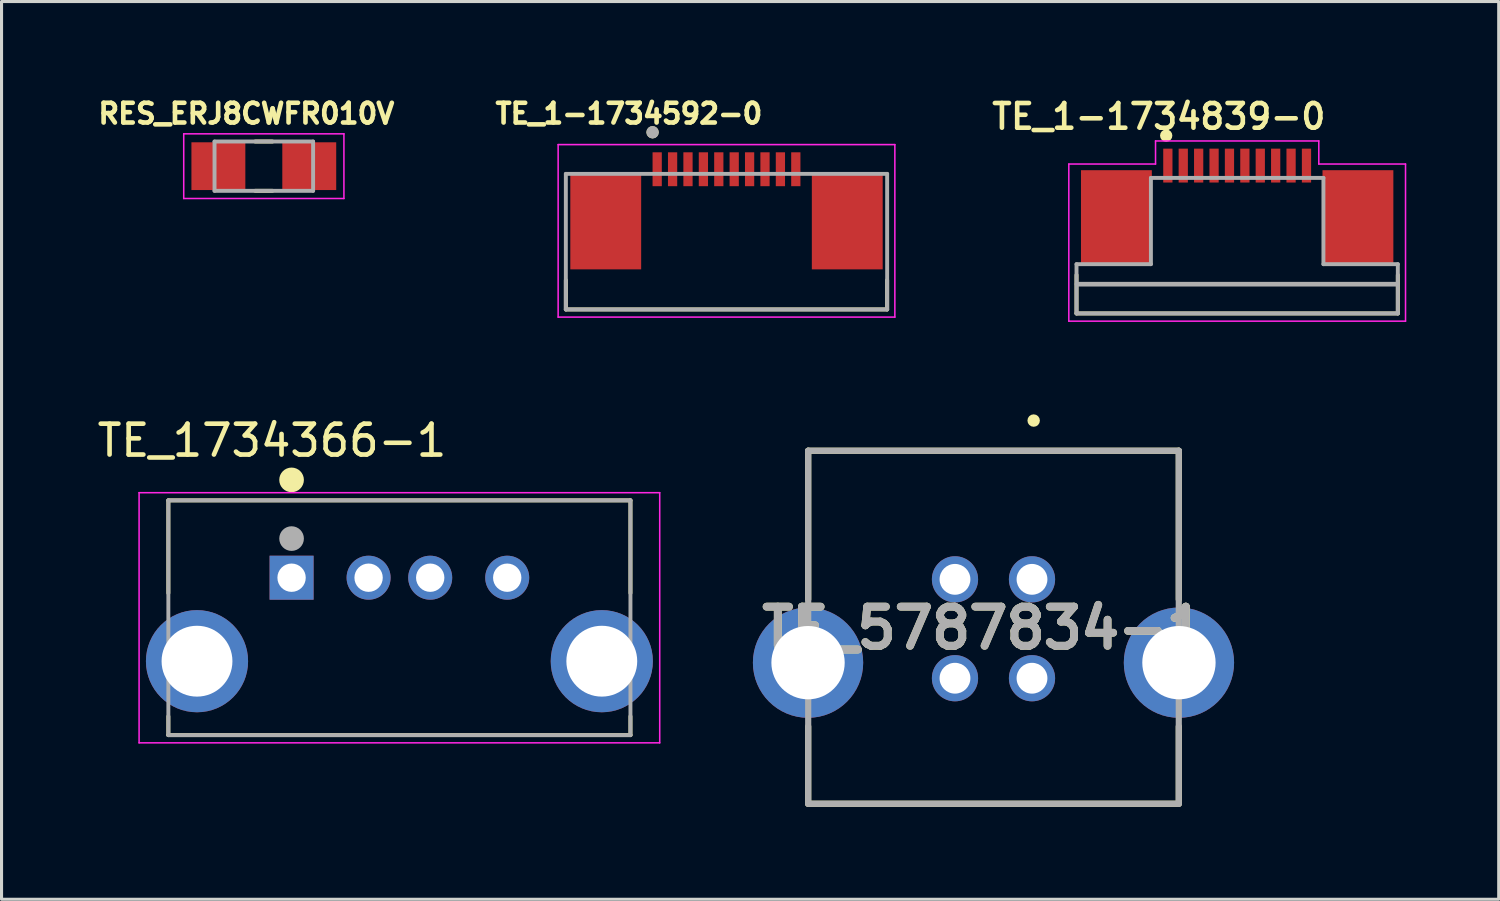
<source format=kicad_pcb>
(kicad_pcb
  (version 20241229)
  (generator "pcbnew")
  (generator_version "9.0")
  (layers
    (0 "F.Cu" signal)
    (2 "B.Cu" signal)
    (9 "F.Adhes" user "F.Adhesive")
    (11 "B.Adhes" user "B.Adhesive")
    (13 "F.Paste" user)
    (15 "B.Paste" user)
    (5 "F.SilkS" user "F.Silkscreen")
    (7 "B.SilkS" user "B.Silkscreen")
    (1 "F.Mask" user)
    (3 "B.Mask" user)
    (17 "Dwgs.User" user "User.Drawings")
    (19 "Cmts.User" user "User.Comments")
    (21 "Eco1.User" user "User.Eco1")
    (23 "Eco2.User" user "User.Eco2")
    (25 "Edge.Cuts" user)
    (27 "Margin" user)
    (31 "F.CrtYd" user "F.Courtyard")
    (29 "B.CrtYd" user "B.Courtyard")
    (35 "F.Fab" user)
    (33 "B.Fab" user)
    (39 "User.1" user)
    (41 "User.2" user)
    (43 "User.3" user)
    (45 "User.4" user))
  (footprint "TE_5787834-1"
    (layer "F.Cu")
    (at 29.2 11.581)
    (property "Reference" "TE_5787834-1" (at -0.319 5.758 0) (layer "F.SilkS") (effects (font (size 1.27 1.27) (thickness 0.254))))
    (attr through_hole)
    (fp_line (start -6.015 0) (end -6.015 4.829) (stroke (width 0.2) (type solid)) (layer "F.SilkS"))
    (fp_line (start -6.015 0) (end 6.015 0) (stroke (width 0.2) (type solid)) (layer "F.SilkS"))
    (fp_line (start -6.015 11.46) (end -6.015 8.95) (stroke (width 0.2) (type solid)) (layer "F.SilkS"))
    (fp_line (start 6.015 0) (end 6.015 4.829) (stroke (width 0.2) (type solid)) (layer "F.SilkS"))
    (fp_line (start 6.015 11.46) (end -6.015 11.46) (stroke (width 0.2) (type solid)) (layer "F.SilkS"))
    (fp_line (start 6.015 11.46) (end 6.015 8.95) (stroke (width 0.2) (type solid)) (layer "F.SilkS"))
    (fp_circle (center 1.304 -0.979) (end 1.304 -0.877) (stroke (width 0.2) (type solid)) (fill no) (layer "F.SilkS"))
    (fp_line (start -6.015 0) (end 6.015 0) (stroke (width 0.2) (type solid)) (layer "F.Fab"))
    (fp_line (start -6.015 11.46) (end -6.015 0) (stroke (width 0.2) (type solid)) (layer "F.Fab"))
    (fp_line (start 6.015 0) (end 6.015 11.46) (stroke (width 0.2) (type solid)) (layer "F.Fab"))
    (fp_line (start 6.015 11.46) (end -6.015 11.46) (stroke (width 0.2) (type solid)) (layer "F.Fab"))
    (fp_text user "${REFERENCE}" (at -0.319 5.758 0) (layer "F.Fab") (effects (font (size 1.27 1.27) (thickness 0.254))))
    (pad "1" thru_hole circle (at 1.25 4.175) (size 1.5 1.5) (drill 1) (layers "*.Cu" "*.Mask"))
    (pad "2" thru_hole circle (at -1.25 4.175) (size 1.5 1.5) (drill 1) (layers "*.Cu" "*.Mask"))
    (pad "3" thru_hole circle (at -1.25 7.385) (size 1.5 1.5) (drill 1) (layers "*.Cu" "*.Mask"))
    (pad "4" thru_hole circle (at 1.25 7.385) (size 1.5 1.5) (drill 1) (layers "*.Cu" "*.Mask"))
    (pad "5" thru_hole circle (at -6.02 6.88) (size 3.58 3.58) (drill 2.38) (layers "*.Cu" "*.Mask"))
    (pad "6" thru_hole circle (at 6.02 6.88) (size 3.58 3.58) (drill 2.38) (layers "*.Cu" "*.Mask")))
  (footprint "TE_1-1734839-0"
    (layer "F.Cu")
    (at 37.11 4.675)
    (property "Reference" "TE_1-1734839-0" (at -2.544 -3.943 0) (layer "F.SilkS") (effects (font (size 0.801 0.801) (thickness 0.15))))
    (attr smd)
    (fp_line (start -5.215 2.45) (end -5.215 1.2) (stroke (width 0.127) (type solid)) (layer "F.SilkS"))
    (fp_line (start 5.215 1.2) (end 5.215 2.45) (stroke (width 0.127) (type solid)) (layer "F.SilkS"))
    (fp_line (start 5.215 2.45) (end -5.215 2.45) (stroke (width 0.127) (type solid)) (layer "F.SilkS"))
    (fp_circle (center -2.304 -3.323) (end -2.204 -3.323) (stroke (width 0.2) (type solid)) (fill no) (layer "F.SilkS"))
    (fp_line (start -5.465 -2.4) (end -5.465 2.7) (stroke (width 0.05) (type solid)) (layer "F.CrtYd"))
    (fp_line (start -5.465 2.7) (end 5.465 2.7) (stroke (width 0.05) (type solid)) (layer "F.CrtYd"))
    (fp_line (start -2.65 -3.15) (end -2.65 -2.4) (stroke (width 0.05) (type solid)) (layer "F.CrtYd"))
    (fp_line (start -2.65 -2.4) (end -5.465 -2.4) (stroke (width 0.05) (type solid)) (layer "F.CrtYd"))
    (fp_line (start 2.65 -3.15) (end -2.65 -3.15) (stroke (width 0.05) (type solid)) (layer "F.CrtYd"))
    (fp_line (start 2.65 -2.4) (end 2.65 -3.15) (stroke (width 0.05) (type solid)) (layer "F.CrtYd"))
    (fp_line (start 5.465 -2.4) (end 2.65 -2.4) (stroke (width 0.05) (type solid)) (layer "F.CrtYd"))
    (fp_line (start 5.465 2.7) (end 5.465 -2.4) (stroke (width 0.05) (type solid)) (layer "F.CrtYd"))
    (fp_line (start -5.215 0.85) (end -2.8 0.85) (stroke (width 0.127) (type solid)) (layer "F.Fab"))
    (fp_line (start -5.215 2.45) (end -5.215 0.85) (stroke (width 0.127) (type solid)) (layer "F.Fab"))
    (fp_line (start -5.2 1.5) (end 5.2 1.5) (stroke (width 0.152) (type solid)) (layer "F.Fab"))
    (fp_line (start -2.8 -1.95) (end 2.8 -1.95) (stroke (width 0.127) (type solid)) (layer "F.Fab"))
    (fp_line (start -2.8 0.85) (end -2.8 -1.95) (stroke (width 0.127) (type solid)) (layer "F.Fab"))
    (fp_line (start 2.8 -1.95) (end 2.8 0.85) (stroke (width 0.127) (type solid)) (layer "F.Fab"))
    (fp_line (start 2.8 0.85) (end 5.215 0.85) (stroke (width 0.127) (type solid)) (layer "F.Fab"))
    (fp_line (start 5.215 0.85) (end 5.215 2.45) (stroke (width 0.127) (type solid)) (layer "F.Fab"))
    (fp_line (start 5.215 2.45) (end -5.215 2.45) (stroke (width 0.127) (type solid)) (layer "F.Fab"))
    (pad "1" smd rect (at -2.25 -2.35) (size 0.3 1.1) (layers "F.Cu" "F.Mask" "F.Paste"))
    (pad "2" smd rect (at -1.75 -2.35) (size 0.3 1.1) (layers "F.Cu" "F.Mask" "F.Paste"))
    (pad "3" smd rect (at -1.25 -2.35) (size 0.3 1.1) (layers "F.Cu" "F.Mask" "F.Paste"))
    (pad "4" smd rect (at -0.75 -2.35) (size 0.3 1.1) (layers "F.Cu" "F.Mask" "F.Paste"))
    (pad "5" smd rect (at -0.25 -2.35) (size 0.3 1.1) (layers "F.Cu" "F.Mask" "F.Paste"))
    (pad "6" smd rect (at 0.25 -2.35) (size 0.3 1.1) (layers "F.Cu" "F.Mask" "F.Paste"))
    (pad "7" smd rect (at 0.75 -2.35) (size 0.3 1.1) (layers "F.Cu" "F.Mask" "F.Paste"))
    (pad "8" smd rect (at 1.25 -2.35) (size 0.3 1.1) (layers "F.Cu" "F.Mask" "F.Paste"))
    (pad "9" smd rect (at 1.75 -2.35) (size 0.3 1.1) (layers "F.Cu" "F.Mask" "F.Paste"))
    (pad "10" smd rect (at 2.25 -2.35) (size 0.3 1.1) (layers "F.Cu" "F.Mask" "F.Paste"))
    (pad "S1" smd rect (at -3.92 -0.65) (size 2.3 3.1) (layers "F.Cu" "F.Mask" "F.Paste"))
    (pad "S2" smd rect (at 3.92 -0.65) (size 2.3 3.1) (layers "F.Cu" "F.Mask" "F.Paste")))
  (footprint "RES_ERJ8CWFR010V"
    (layer "F.Cu")
    (at 5.514 2.344)
    (property "Reference" "RES_ERJ8CWFR010V" (at -0.568 -1.706 0) (layer "F.SilkS") (effects (font (size 0.64 0.64) (thickness 0.15))))
    (attr smd)
    (fp_line (start -0.28 -0.8) (end 0.28 -0.8) (stroke (width 0.127) (type solid)) (layer "F.SilkS"))
    (fp_line (start -0.28 0.8) (end 0.28 0.8) (stroke (width 0.127) (type solid)) (layer "F.SilkS"))
    (fp_line (start -2.6 -1.05) (end -2.6 1.05) (stroke (width 0.05) (type solid)) (layer "F.CrtYd"))
    (fp_line (start -2.6 1.05) (end 2.6 1.05) (stroke (width 0.05) (type solid)) (layer "F.CrtYd"))
    (fp_line (start 2.6 -1.05) (end -2.6 -1.05) (stroke (width 0.05) (type solid)) (layer "F.CrtYd"))
    (fp_line (start 2.6 1.05) (end 2.6 -1.05) (stroke (width 0.05) (type solid)) (layer "F.CrtYd"))
    (fp_line (start -1.6 -0.8) (end -1.6 0.8) (stroke (width 0.127) (type solid)) (layer "F.Fab"))
    (fp_line (start -1.6 -0.8) (end 1.6 -0.8) (stroke (width 0.127) (type solid)) (layer "F.Fab"))
    (fp_line (start -1.6 0.8) (end 1.6 0.8) (stroke (width 0.127) (type solid)) (layer "F.Fab"))
    (fp_line (start 1.6 -0.8) (end 1.6 0.8) (stroke (width 0.127) (type solid)) (layer "F.Fab"))
    (pad "1" smd rect (at -1.475 0) (size 1.75 1.55) (layers "F.Cu" "F.Mask" "F.Paste"))
    (pad "2" smd rect (at 1.475 0) (size 1.75 1.55) (layers "F.Cu" "F.Mask" "F.Paste")))
  (footprint "TE_1-1734592-0"
    (layer "F.Cu")
    (at 20.533 2.444)
    (property "Reference" "TE_1-1734592-0" (at -3.168 -1.806 0) (layer "F.SilkS") (effects (font (size 0.64 0.64) (thickness 0.15))))
    (attr smd)
    (fp_line (start -5.215 4.55) (end -5.215 3.6) (stroke (width 0.127) (type solid)) (layer "F.SilkS"))
    (fp_line (start -5.215 4.55) (end 5.215 4.55) (stroke (width 0.127) (type solid)) (layer "F.SilkS"))
    (fp_line (start 5.215 4.55) (end 5.215 3.6) (stroke (width 0.127) (type solid)) (layer "F.SilkS"))
    (fp_circle (center -2.4 -1.2) (end -2.3 -1.2) (stroke (width 0.2) (type solid)) (fill no) (layer "F.SilkS"))
    (fp_line (start -5.465 -0.8) (end -5.465 4.8) (stroke (width 0.05) (type solid)) (layer "F.CrtYd"))
    (fp_line (start -5.465 4.8) (end 5.465 4.8) (stroke (width 0.05) (type solid)) (layer "F.CrtYd"))
    (fp_line (start 5.465 -0.8) (end -5.465 -0.8) (stroke (width 0.05) (type solid)) (layer "F.CrtYd"))
    (fp_line (start 5.465 4.8) (end 5.465 -0.8) (stroke (width 0.05) (type solid)) (layer "F.CrtYd"))
    (fp_line (start -5.215 0.15) (end -5.215 4.55) (stroke (width 0.127) (type solid)) (layer "F.Fab"))
    (fp_line (start -5.215 4.55) (end 5.215 4.55) (stroke (width 0.127) (type solid)) (layer "F.Fab"))
    (fp_line (start 5.215 0.15) (end -5.215 0.15) (stroke (width 0.127) (type solid)) (layer "F.Fab"))
    (fp_line (start 5.215 4.55) (end 5.215 0.15) (stroke (width 0.127) (type solid)) (layer "F.Fab"))
    (fp_circle (center -2.4 -1.2) (end -2.3 -1.2) (stroke (width 0.2) (type solid)) (fill no) (layer "F.Fab"))
    (pad "1" smd rect (at -2.25 0 270) (size 1.1 0.3) (layers "F.Cu" "F.Mask" "F.Paste"))
    (pad "2" smd rect (at -1.75 0 270) (size 1.1 0.3) (layers "F.Cu" "F.Mask" "F.Paste"))
    (pad "3" smd rect (at -1.25 0 270) (size 1.1 0.3) (layers "F.Cu" "F.Mask" "F.Paste"))
    (pad "4" smd rect (at -0.75 0 270) (size 1.1 0.3) (layers "F.Cu" "F.Mask" "F.Paste"))
    (pad "5" smd rect (at -0.25 0 270) (size 1.1 0.3) (layers "F.Cu" "F.Mask" "F.Paste"))
    (pad "6" smd rect (at 0.25 0 270) (size 1.1 0.3) (layers "F.Cu" "F.Mask" "F.Paste"))
    (pad "7" smd rect (at 0.75 0 270) (size 1.1 0.3) (layers "F.Cu" "F.Mask" "F.Paste"))
    (pad "8" smd rect (at 1.25 0 270) (size 1.1 0.3) (layers "F.Cu" "F.Mask" "F.Paste"))
    (pad "9" smd rect (at 1.75 0 270) (size 1.1 0.3) (layers "F.Cu" "F.Mask" "F.Paste"))
    (pad "10" smd rect (at 2.25 0 270) (size 1.1 0.3) (layers "F.Cu" "F.Mask" "F.Paste"))
    (pad "S1" smd rect (at -3.92 1.7 90) (size 3.1 2.3) (layers "F.Cu" "F.Mask" "F.Paste"))
    (pad "S2" smd rect (at 3.92 1.7 90) (size 3.1 2.3) (layers "F.Cu" "F.Mask" "F.Paste")))
  (footprint "TE_1734366-1"
    (layer "F.Cu")
    (at 6.415 15.703)
    (property "Reference" "TE_1734366-1" (at -0.636 -4.454 0) (layer "F.SilkS") (effects (font (size 1.002 1.002) (thickness 0.15))))
    (attr through_hole)
    (fp_line (start -4 -2.51) (end -4 0.5) (stroke (width 0.127) (type solid)) (layer "F.SilkS"))
    (fp_line (start -4 -2.51) (end 11 -2.51) (stroke (width 0.127) (type solid)) (layer "F.SilkS"))
    (fp_line (start -4 4.5) (end -4 5.11) (stroke (width 0.127) (type solid)) (layer "F.SilkS"))
    (fp_line (start -4 5.11) (end 11 5.11) (stroke (width 0.127) (type solid)) (layer "F.SilkS"))
    (fp_line (start 11 -2.51) (end 11 0.5) (stroke (width 0.127) (type solid)) (layer "F.SilkS"))
    (fp_line (start 11 5.11) (end 11 4.5) (stroke (width 0.127) (type solid)) (layer "F.SilkS"))
    (fp_circle (center 0 -3.175) (end 0.2 -3.175) (stroke (width 0.4) (type solid)) (fill no) (layer "F.SilkS"))
    (fp_line (start -4.95 -2.76) (end 11.95 -2.76) (stroke (width 0.05) (type solid)) (layer "F.CrtYd"))
    (fp_line (start -4.95 5.36) (end -4.95 -2.76) (stroke (width 0.05) (type solid)) (layer "F.CrtYd"))
    (fp_line (start 11.95 -2.76) (end 11.95 5.36) (stroke (width 0.05) (type solid)) (layer "F.CrtYd"))
    (fp_line (start 11.95 5.36) (end -4.95 5.36) (stroke (width 0.05) (type solid)) (layer "F.CrtYd"))
    (fp_line (start -4 -2.51) (end 11 -2.51) (stroke (width 0.127) (type solid)) (layer "F.Fab"))
    (fp_line (start -4 5.11) (end -4 -2.51) (stroke (width 0.127) (type solid)) (layer "F.Fab"))
    (fp_line (start 11 -2.51) (end 11 5.11) (stroke (width 0.127) (type solid)) (layer "F.Fab"))
    (fp_line (start 11 5.11) (end -4 5.11) (stroke (width 0.127) (type solid)) (layer "F.Fab"))
    (fp_circle (center 0 -1.27) (end 0.2 -1.27) (stroke (width 0.4) (type solid)) (fill no) (layer "F.Fab"))
    (pad "1" thru_hole rect (at 0 0) (size 1.428 1.428) (drill 0.92) (layers "*.Cu" "*.Mask"))
    (pad "2" thru_hole circle (at 2.5 0) (size 1.428 1.428) (drill 0.92) (layers "*.Cu" "*.Mask"))
    (pad "3" thru_hole circle (at 4.5 0) (size 1.428 1.428) (drill 0.92) (layers "*.Cu" "*.Mask"))
    (pad "4" thru_hole circle (at 7 0) (size 1.428 1.428) (drill 0.92) (layers "*.Cu" "*.Mask"))
    (pad "SH1" thru_hole circle (at -3.07 2.71) (size 3.316 3.316) (drill 2.3) (layers "*.Cu" "*.Mask"))
    (pad "SH2" thru_hole circle (at 10.07 2.71) (size 3.316 3.316) (drill 2.3) (layers "*.Cu" "*.Mask")))
  (gr_rect
    (start -3 -3)
    (end 45.6 26.141)
    (stroke (width 0.1) (type default))
    (fill no)
    (layer "Edge.Cuts")))
</source>
